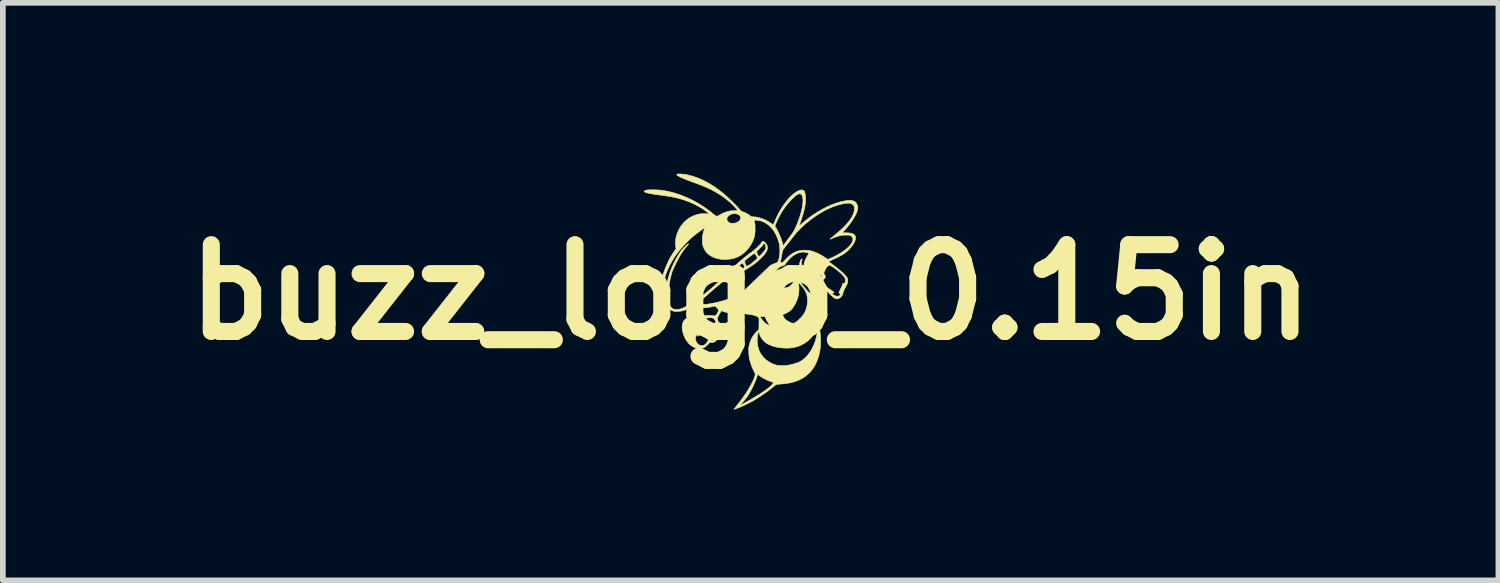
<source format=kicad_pcb>
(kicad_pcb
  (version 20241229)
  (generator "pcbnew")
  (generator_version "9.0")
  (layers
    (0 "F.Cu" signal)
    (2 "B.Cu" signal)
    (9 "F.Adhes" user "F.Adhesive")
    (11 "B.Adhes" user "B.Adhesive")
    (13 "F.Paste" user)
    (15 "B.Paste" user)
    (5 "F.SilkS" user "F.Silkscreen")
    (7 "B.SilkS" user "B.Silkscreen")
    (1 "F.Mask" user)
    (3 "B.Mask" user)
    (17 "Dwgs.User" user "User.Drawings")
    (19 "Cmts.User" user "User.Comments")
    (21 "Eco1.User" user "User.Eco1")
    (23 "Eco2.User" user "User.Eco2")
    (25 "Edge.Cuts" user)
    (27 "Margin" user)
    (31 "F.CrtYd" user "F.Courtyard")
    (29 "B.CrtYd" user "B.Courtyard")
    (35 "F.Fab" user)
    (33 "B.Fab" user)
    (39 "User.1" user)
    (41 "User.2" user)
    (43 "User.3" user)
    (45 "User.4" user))
  (footprint "buzz_logo_0.15in"
    (layer "F.Cu")
    (at 10.131 2.081)
    (property "Reference" "buzz_logo_0.15in" (at 0 0 0) (layer "F.SilkS") (effects (font (size 1.524 1.524) (thickness 0.3))))
    (attr through_hole)
    (fp_poly (pts (xy -1.223 -2.075) (xy -1.195 -2.073) (xy -1.166 -2.07) (xy -1.138 -2.066) (xy -1.117 -2.062) (xy -1.02 -2.038) (xy -0.923 -2.004) (xy -0.827 -1.962) (xy -0.731 -1.91) (xy -0.634 -1.85) (xy -0.538 -1.78) (xy -0.467 -1.723) (xy -0.44 -1.7) (xy -0.409 -1.672) (xy -0.375 -1.64) (xy -0.34 -1.606) (xy -0.305 -1.572) (xy -0.271 -1.538) (xy -0.24 -1.506) (xy -0.214 -1.477) (xy -0.198 -1.459) (xy -0.182 -1.441) (xy -0.17 -1.429) (xy -0.16 -1.421) (xy -0.15 -1.416) (xy -0.139 -1.412) (xy -0.104 -1.399) (xy -0.068 -1.382) (xy -0.034 -1.362) (xy -0.014 -1.347) (xy 0.001 -1.335) (xy 0.012 -1.328) (xy 0.022 -1.325) (xy 0.035 -1.324) (xy 0.044 -1.324) (xy 0.092 -1.32) (xy 0.143 -1.31) (xy 0.197 -1.293) (xy 0.251 -1.272) (xy 0.303 -1.245) (xy 0.351 -1.214) (xy 0.357 -1.21) (xy 0.372 -1.2) (xy 0.385 -1.191) (xy 0.393 -1.185) (xy 0.393 -1.185) (xy 0.398 -1.187) (xy 0.404 -1.197) (xy 0.412 -1.215) (xy 0.42 -1.232) (xy 0.451 -1.305) (xy 0.486 -1.376) (xy 0.524 -1.444) (xy 0.565 -1.509) (xy 0.608 -1.569) (xy 0.651 -1.624) (xy 0.696 -1.672) (xy 0.74 -1.714) (xy 0.784 -1.749) (xy 0.826 -1.775) (xy 0.829 -1.776) (xy 0.859 -1.789) (xy 0.883 -1.795) (xy 0.904 -1.795) (xy 0.923 -1.788) (xy 0.929 -1.784) (xy 0.938 -1.777) (xy 0.945 -1.768) (xy 0.95 -1.756) (xy 0.954 -1.74) (xy 0.958 -1.716) (xy 0.962 -1.688) (xy 0.965 -1.638) (xy 0.963 -1.583) (xy 0.955 -1.52) (xy 0.941 -1.452) (xy 0.921 -1.376) (xy 0.896 -1.294) (xy 0.887 -1.267) (xy 0.877 -1.24) (xy 0.869 -1.215) (xy 0.862 -1.194) (xy 0.857 -1.179) (xy 0.855 -1.172) (xy 0.855 -1.168) (xy 0.859 -1.169) (xy 0.868 -1.176) (xy 0.882 -1.188) (xy 0.891 -1.196) (xy 0.978 -1.269) (xy 1.067 -1.336) (xy 1.157 -1.396) (xy 1.248 -1.451) (xy 1.34 -1.498) (xy 1.431 -1.538) (xy 1.52 -1.57) (xy 1.608 -1.594) (xy 1.693 -1.61) (xy 1.697 -1.61) (xy 1.74 -1.613) (xy 1.779 -1.609) (xy 1.812 -1.599) (xy 1.838 -1.582) (xy 1.854 -1.566) (xy 1.867 -1.542) (xy 1.877 -1.514) (xy 1.881 -1.485) (xy 1.881 -1.48) (xy 1.878 -1.45) (xy 1.868 -1.415) (xy 1.851 -1.375) (xy 1.829 -1.331) (xy 1.801 -1.285) (xy 1.769 -1.236) (xy 1.733 -1.187) (xy 1.693 -1.137) (xy 1.649 -1.087) (xy 1.647 -1.085) (xy 1.609 -1.043) (xy 1.673 -1.043) (xy 1.721 -1.041) (xy 1.76 -1.036) (xy 1.791 -1.028) (xy 1.815 -1.015) (xy 1.831 -0.999) (xy 1.84 -0.978) (xy 1.843 -0.953) (xy 1.839 -0.923) (xy 1.827 -0.89) (xy 1.809 -0.854) (xy 1.785 -0.817) (xy 1.756 -0.781) (xy 1.723 -0.745) (xy 1.687 -0.712) (xy 1.648 -0.682) (xy 1.637 -0.675) (xy 1.607 -0.656) (xy 1.574 -0.637) (xy 1.538 -0.618) (xy 1.496 -0.597) (xy 1.447 -0.575) (xy 1.444 -0.574) (xy 1.372 -0.541) (xy 1.382 -0.529) (xy 1.389 -0.523) (xy 1.402 -0.513) (xy 1.421 -0.498) (xy 1.443 -0.481) (xy 1.469 -0.462) (xy 1.486 -0.449) (xy 1.529 -0.416) (xy 1.569 -0.383) (xy 1.605 -0.351) (xy 1.637 -0.321) (xy 1.663 -0.294) (xy 1.683 -0.271) (xy 1.693 -0.256) (xy 1.7 -0.243) (xy 1.703 -0.232) (xy 1.705 -0.219) (xy 1.705 -0.201) (xy 1.704 -0.196) (xy 1.703 -0.177) (xy 1.7 -0.162) (xy 1.695 -0.147) (xy 1.687 -0.129) (xy 1.681 -0.119) (xy 1.664 -0.086) (xy 1.651 -0.06) (xy 1.641 -0.04) (xy 1.634 -0.024) (xy 1.629 -0.01) (xy 1.624 0.003) (xy 1.621 0.016) (xy 1.621 0.018) (xy 1.609 0.052) (xy 1.591 0.078) (xy 1.566 0.099) (xy 1.55 0.107) (xy 1.528 0.116) (xy 1.509 0.117) (xy 1.489 0.112) (xy 1.466 0.099) (xy 1.459 0.093) (xy 1.438 0.077) (xy 1.418 0.059) (xy 1.398 0.039) (xy 1.375 0.014) (xy 1.348 -0.016) (xy 1.347 -0.017) (xy 1.33 -0.036) (xy 1.317 -0.05) (xy 1.306 -0.06) (xy 1.296 -0.066) (xy 1.284 -0.072) (xy 1.271 -0.077) (xy 1.239 -0.091) (xy 1.213 -0.107) (xy 1.193 -0.125) (xy 1.181 -0.143) (xy 1.179 -0.149) (xy 1.21 -0.149) (xy 1.214 -0.131) (xy 1.224 -0.119) (xy 1.234 -0.11) (xy 1.245 -0.106) (xy 1.261 -0.105) (xy 1.262 -0.105) (xy 1.277 -0.105) (xy 1.285 -0.108) (xy 1.289 -0.114) (xy 1.29 -0.115) (xy 1.292 -0.118) (xy 1.295 -0.119) (xy 1.302 -0.117) (xy 1.312 -0.11) (xy 1.327 -0.098) (xy 1.339 -0.09) (xy 1.37 -0.065) (xy 1.397 -0.046) (xy 1.42 -0.03) (xy 1.442 -0.015) (xy 1.447 -0.012) (xy 1.459 -0.004) (xy 1.464 0.001) (xy 1.463 0.005) (xy 1.459 0.01) (xy 1.451 0.016) (xy 1.441 0.018) (xy 1.431 0.017) (xy 1.412 0.014) (xy 1.431 0.031) (xy 1.454 0.048) (xy 1.478 0.061) (xy 1.502 0.069) (xy 1.517 0.071) (xy 1.534 0.069) (xy 1.552 0.064) (xy 1.556 0.062) (xy 1.568 0.055) (xy 1.575 0.049) (xy 1.576 0.047) (xy 1.574 0.032) (xy 1.568 0.022) (xy 1.562 0.019) (xy 1.553 0.016) (xy 1.55 0.014) (xy 1.551 0.008) (xy 1.555 -0.005) (xy 1.563 -0.023) (xy 1.573 -0.044) (xy 1.578 -0.054) (xy 1.59 -0.078) (xy 1.601 -0.102) (xy 1.609 -0.122) (xy 1.614 -0.137) (xy 1.615 -0.14) (xy 1.619 -0.153) (xy 1.622 -0.159) (xy 1.625 -0.158) (xy 1.627 -0.154) (xy 1.636 -0.149) (xy 1.645 -0.152) (xy 1.655 -0.165) (xy 1.659 -0.172) (xy 1.666 -0.196) (xy 1.665 -0.223) (xy 1.657 -0.248) (xy 1.655 -0.251) (xy 1.638 -0.277) (xy 1.612 -0.305) (xy 1.58 -0.337) (xy 1.541 -0.37) (xy 1.497 -0.405) (xy 1.447 -0.44) (xy 1.418 -0.459) (xy 1.403 -0.469) (xy 1.394 -0.474) (xy 1.386 -0.474) (xy 1.378 -0.472) (xy 1.377 -0.472) (xy 1.357 -0.459) (xy 1.337 -0.44) (xy 1.319 -0.414) (xy 1.307 -0.391) (xy 1.295 -0.364) (xy 1.288 -0.343) (xy 1.287 -0.327) (xy 1.29 -0.315) (xy 1.297 -0.307) (xy 1.309 -0.292) (xy 1.313 -0.276) (xy 1.309 -0.259) (xy 1.297 -0.241) (xy 1.275 -0.22) (xy 1.259 -0.206) (xy 1.242 -0.193) (xy 1.228 -0.18) (xy 1.218 -0.171) (xy 1.214 -0.167) (xy 1.21 -0.149) (xy 1.179 -0.149) (xy 1.177 -0.16) (xy 1.181 -0.177) (xy 1.192 -0.198) (xy 1.21 -0.223) (xy 1.226 -0.242) (xy 1.243 -0.262) (xy 1.253 -0.277) (xy 1.257 -0.287) (xy 1.254 -0.294) (xy 1.244 -0.297) (xy 1.236 -0.298) (xy 1.219 -0.298) (xy 1.196 -0.299) (xy 1.169 -0.299) (xy 1.138 -0.299) (xy 1.105 -0.299) (xy 1.072 -0.299) (xy 1.04 -0.299) (xy 1.011 -0.299) (xy 0.987 -0.298) (xy 0.968 -0.298) (xy 0.957 -0.297) (xy 0.956 -0.297) (xy 0.947 -0.293) (xy 0.943 -0.289) (xy 0.94 -0.283) (xy 0.933 -0.271) (xy 0.922 -0.255) (xy 0.91 -0.239) (xy 0.896 -0.221) (xy 0.886 -0.205) (xy 0.879 -0.193) (xy 0.876 -0.187) (xy 0.879 -0.177) (xy 0.887 -0.162) (xy 0.898 -0.144) (xy 0.911 -0.125) (xy 0.919 -0.114) (xy 0.944 -0.084) (xy 0.968 -0.055) (xy 0.99 -0.03) (xy 1.01 -0.01) (xy 1.026 0.005) (xy 1.031 0.009) (xy 1.054 0.028) (xy 1.08 0.051) (xy 1.105 0.078) (xy 1.128 0.104) (xy 1.139 0.119) (xy 1.173 0.173) (xy 1.198 0.23) (xy 1.215 0.29) (xy 1.224 0.354) (xy 1.225 0.422) (xy 1.218 0.494) (xy 1.209 0.542) (xy 1.199 0.592) (xy 1.209 0.64) (xy 1.218 0.696) (xy 1.224 0.758) (xy 1.228 0.822) (xy 1.228 0.886) (xy 1.225 0.947) (xy 1.22 1.002) (xy 1.217 1.019) (xy 1.199 1.106) (xy 1.174 1.185) (xy 1.144 1.257) (xy 1.107 1.323) (xy 1.063 1.382) (xy 1.029 1.419) (xy 0.973 1.468) (xy 0.912 1.51) (xy 0.844 1.545) (xy 0.77 1.572) (xy 0.689 1.593) (xy 0.603 1.606) (xy 0.557 1.61) (xy 0.523 1.613) (xy 0.497 1.615) (xy 0.477 1.617) (xy 0.462 1.62) (xy 0.45 1.623) (xy 0.44 1.628) (xy 0.429 1.635) (xy 0.418 1.645) (xy 0.406 1.654) (xy 0.344 1.704) (xy 0.276 1.755) (xy 0.206 1.804) (xy 0.136 1.85) (xy 0.069 1.891) (xy 0.04 1.908) (xy -0.004 1.932) (xy -0.052 1.957) (xy -0.1 1.98) (xy -0.148 2.002) (xy -0.192 2.021) (xy -0.233 2.037) (xy -0.267 2.049) (xy -0.271 2.05) (xy -0.285 2.054) (xy -0.292 2.055) (xy -0.293 2.053) (xy -0.29 2.049) (xy -0.284 2.042) (xy -0.274 2.03) (xy -0.261 2.014) (xy -0.248 1.998) (xy -0.247 1.997) (xy -0.202 1.997) (xy -0.164 1.977) (xy -0.146 1.967) (xy -0.123 1.954) (xy -0.096 1.939) (xy -0.069 1.924) (xy -0.057 1.918) (xy 0.014 1.878) (xy 0.081 1.838) (xy 0.143 1.8) (xy 0.199 1.764) (xy 0.249 1.73) (xy 0.293 1.698) (xy 0.329 1.669) (xy 0.358 1.643) (xy 0.379 1.621) (xy 0.386 1.612) (xy 0.394 1.6) (xy 0.399 1.59) (xy 0.4 1.587) (xy 0.396 1.584) (xy 0.384 1.579) (xy 0.368 1.573) (xy 0.358 1.57) (xy 0.317 1.555) (xy 0.274 1.536) (xy 0.232 1.515) (xy 0.193 1.492) (xy 0.16 1.469) (xy 0.144 1.456) (xy 0.126 1.439) (xy 0.115 1.473) (xy 0.102 1.51) (xy 0.086 1.552) (xy 0.067 1.596) (xy 0.048 1.64) (xy 0.028 1.681) (xy 0.026 1.686) (xy -0.01 1.753) (xy -0.046 1.813) (xy -0.085 1.866) (xy -0.126 1.916) (xy -0.157 1.95) (xy -0.202 1.997) (xy -0.247 1.997) (xy -0.204 1.944) (xy -0.162 1.888) (xy -0.121 1.831) (xy -0.082 1.773) (xy -0.046 1.717) (xy -0.013 1.662) (xy 0.016 1.609) (xy 0.04 1.561) (xy 0.059 1.517) (xy 0.073 1.478) (xy 0.075 1.47) (xy 0.083 1.439) (xy 0.054 1.378) (xy 0.033 1.333) (xy 0.014 1.285) (xy -0.002 1.236) (xy -0.016 1.19) (xy -0.021 1.167) (xy -0.025 1.148) (xy -0.027 1.123) (xy -0.03 1.093) (xy -0.032 1.062) (xy -0.032 1.055) (xy -0.033 1.023) (xy -0.033 0.998) (xy -0.032 0.978) (xy -0.03 0.959) (xy -0.026 0.94) (xy -0.025 0.933) (xy -0.008 0.872) (xy 0.009 0.831) (xy 0.115 0.831) (xy 0.117 0.897) (xy 0.128 0.959) (xy 0.147 1.019) (xy 0.16 1.05) (xy 0.191 1.101) (xy 0.229 1.148) (xy 0.274 1.19) (xy 0.324 1.225) (xy 0.378 1.254) (xy 0.436 1.276) (xy 0.464 1.283) (xy 0.492 1.287) (xy 0.526 1.289) (xy 0.562 1.29) (xy 0.6 1.289) (xy 0.634 1.287) (xy 0.658 1.283) (xy 0.687 1.277) (xy 0.72 1.269) (xy 0.755 1.26) (xy 0.787 1.251) (xy 0.814 1.242) (xy 0.825 1.239) (xy 0.875 1.215) (xy 0.924 1.182) (xy 0.97 1.141) (xy 1.013 1.092) (xy 1.052 1.037) (xy 1.087 0.975) (xy 1.118 0.908) (xy 1.13 0.873) (xy 1.139 0.846) (xy 1.147 0.816) (xy 1.155 0.784) (xy 1.162 0.752) (xy 1.168 0.72) (xy 1.173 0.691) (xy 1.176 0.666) (xy 1.177 0.646) (xy 1.177 0.631) (xy 1.174 0.624) (xy 1.173 0.624) (xy 1.169 0.628) (xy 1.163 0.639) (xy 1.156 0.654) (xy 1.155 0.656) (xy 1.139 0.687) (xy 1.118 0.722) (xy 1.093 0.758) (xy 1.068 0.791) (xy 1.043 0.818) (xy 1.042 0.82) (xy 0.991 0.866) (xy 0.936 0.903) (xy 0.877 0.933) (xy 0.833 0.95) (xy 0.787 0.964) (xy 0.742 0.973) (xy 0.697 0.979) (xy 0.647 0.982) (xy 0.629 0.982) (xy 0.546 0.978) (xy 0.469 0.967) (xy 0.397 0.949) (xy 0.331 0.924) (xy 0.319 0.919) (xy 0.295 0.906) (xy 0.276 0.894) (xy 0.259 0.881) (xy 0.24 0.865) (xy 0.231 0.856) (xy 0.197 0.816) (xy 0.171 0.774) (xy 0.155 0.73) (xy 0.153 0.724) (xy 0.149 0.707) (xy 0.146 0.692) (xy 0.145 0.688) (xy 0.143 0.68) (xy 0.141 0.679) (xy 0.139 0.685) (xy 0.135 0.698) (xy 0.121 0.765) (xy 0.115 0.831) (xy 0.009 0.831) (xy 0.015 0.816) (xy 0.046 0.764) (xy 0.084 0.716) (xy 0.1 0.7) (xy 0.145 0.655) (xy 0.147 0.556) (xy 0.147 0.52) (xy 0.148 0.493) (xy 0.147 0.472) (xy 0.145 0.457) (xy 0.141 0.446) (xy 0.135 0.438) (xy 0.126 0.431) (xy 0.116 0.426) (xy 0.163 0.426) (xy 0.165 0.43) (xy 0.171 0.44) (xy 0.18 0.454) (xy 0.184 0.46) (xy 0.22 0.508) (xy 0.263 0.548) (xy 0.311 0.581) (xy 0.364 0.606) (xy 0.423 0.622) (xy 0.433 0.624) (xy 0.458 0.627) (xy 0.49 0.627) (xy 0.525 0.625) (xy 0.561 0.622) (xy 0.594 0.616) (xy 0.611 0.612) (xy 0.653 0.599) (xy 0.698 0.581) (xy 0.742 0.559) (xy 0.782 0.535) (xy 0.803 0.521) (xy 0.827 0.501) (xy 0.854 0.476) (xy 0.88 0.45) (xy 0.904 0.423) (xy 0.924 0.398) (xy 0.938 0.379) (xy 0.962 0.332) (xy 0.98 0.279) (xy 0.993 0.224) (xy 1 0.169) (xy 1 0.149) (xy 0.996 0.091) (xy 0.985 0.038) (xy 0.965 -0.013) (xy 0.936 -0.061) (xy 0.899 -0.108) (xy 0.879 -0.129) (xy 0.864 -0.144) (xy 0.851 -0.156) (xy 0.842 -0.163) (xy 0.839 -0.165) (xy 0.839 -0.159) (xy 0.841 -0.148) (xy 0.843 -0.135) (xy 0.847 -0.109) (xy 0.849 -0.077) (xy 0.849 -0.042) (xy 0.847 -0.006) (xy 0.844 0.027) (xy 0.841 0.045) (xy 0.83 0.088) (xy 0.815 0.133) (xy 0.796 0.178) (xy 0.775 0.221) (xy 0.751 0.259) (xy 0.727 0.292) (xy 0.703 0.317) (xy 0.698 0.321) (xy 0.668 0.343) (xy 0.631 0.364) (xy 0.592 0.383) (xy 0.56 0.395) (xy 0.507 0.409) (xy 0.447 0.421) (xy 0.383 0.428) (xy 0.318 0.432) (xy 0.253 0.431) (xy 0.221 0.43) (xy 0.199 0.428) (xy 0.181 0.427) (xy 0.168 0.426) (xy 0.163 0.426) (xy 0.163 0.426) (xy 0.116 0.426) (xy 0.115 0.425) (xy 0.109 0.423) (xy 0.093 0.416) (xy 0.076 0.41) (xy 0.056 0.404) (xy 0.033 0.399) (xy 0.005 0.394) (xy -0.029 0.389) (xy -0.069 0.383) (xy -0.118 0.377) (xy -0.141 0.374) (xy -0.165 0.371) (xy -0.196 0.369) (xy -0.232 0.366) (xy -0.269 0.364) (xy -0.305 0.362) (xy -0.31 0.362) (xy -0.353 0.36) (xy -0.389 0.357) (xy -0.417 0.354) (xy -0.441 0.35) (xy -0.46 0.346) (xy -0.478 0.339) (xy -0.492 0.333) (xy -0.503 0.327) (xy -0.51 0.325) (xy -0.511 0.325) (xy -0.514 0.329) (xy -0.521 0.34) (xy -0.53 0.354) (xy -0.534 0.36) (xy -0.556 0.395) (xy -0.571 0.424) (xy -0.581 0.449) (xy -0.584 0.47) (xy -0.581 0.49) (xy -0.572 0.51) (xy -0.557 0.53) (xy -0.542 0.546) (xy -0.52 0.571) (xy -0.505 0.593) (xy -0.497 0.612) (xy -0.496 0.631) (xy -0.5 0.65) (xy -0.502 0.655) (xy -0.512 0.669) (xy -0.528 0.681) (xy -0.553 0.691) (xy -0.574 0.697) (xy -0.59 0.702) (xy -0.603 0.708) (xy -0.609 0.712) (xy -0.613 0.717) (xy -0.613 0.723) (xy -0.61 0.733) (xy -0.604 0.744) (xy -0.593 0.768) (xy -0.588 0.789) (xy -0.588 0.808) (xy -0.591 0.821) (xy -0.601 0.844) (xy -0.619 0.863) (xy -0.642 0.877) (xy -0.668 0.884) (xy -0.694 0.884) (xy -0.714 0.881) (xy -0.753 0.92) (xy -0.783 0.947) (xy -0.809 0.967) (xy -0.835 0.98) (xy -0.862 0.987) (xy -0.883 0.99) (xy -0.929 0.988) (xy -0.974 0.977) (xy -1.017 0.956) (xy -1.055 0.93) (xy -1.092 0.894) (xy -1.125 0.851) (xy -1.145 0.817) (xy -0.969 0.817) (xy -0.965 0.845) (xy -0.951 0.878) (xy -0.932 0.905) (xy -0.909 0.924) (xy -0.882 0.935) (xy -0.852 0.937) (xy -0.827 0.933) (xy -0.803 0.922) (xy -0.782 0.902) (xy -0.763 0.876) (xy -0.749 0.843) (xy -0.742 0.82) (xy -0.739 0.806) (xy -0.735 0.799) (xy -0.73 0.797) (xy -0.722 0.798) (xy -0.704 0.804) (xy -0.687 0.813) (xy -0.675 0.824) (xy -0.675 0.825) (xy -0.672 0.833) (xy -0.678 0.84) (xy -0.679 0.84) (xy -0.685 0.845) (xy -0.683 0.847) (xy -0.673 0.848) (xy -0.662 0.846) (xy -0.651 0.838) (xy -0.641 0.829) (xy -0.628 0.812) (xy -0.622 0.797) (xy -0.621 0.78) (xy -0.624 0.765) (xy -0.632 0.738) (xy -0.642 0.719) (xy -0.652 0.709) (xy -0.657 0.705) (xy -0.657 0.7) (xy -0.652 0.693) (xy -0.645 0.685) (xy -0.635 0.672) (xy -0.63 0.66) (xy -0.629 0.645) (xy -0.629 0.643) (xy -0.63 0.622) (xy -0.635 0.609) (xy -0.638 0.607) (xy -0.589 0.607) (xy -0.587 0.624) (xy -0.584 0.642) (xy -0.58 0.657) (xy -0.574 0.668) (xy -0.569 0.672) (xy -0.562 0.669) (xy -0.552 0.661) (xy -0.548 0.658) (xy -0.536 0.643) (xy -0.533 0.629) (xy -0.539 0.615) (xy -0.553 0.599) (xy -0.557 0.596) (xy -0.57 0.585) (xy -0.578 0.581) (xy -0.583 0.581) (xy -0.586 0.583) (xy -0.589 0.592) (xy -0.589 0.607) (xy -0.638 0.607) (xy -0.645 0.6) (xy -0.663 0.593) (xy -0.663 0.593) (xy -0.697 0.581) (xy -0.722 0.57) (xy -0.738 0.559) (xy -0.747 0.548) (xy -0.748 0.542) (xy -0.745 0.535) (xy -0.736 0.534) (xy -0.72 0.539) (xy -0.708 0.545) (xy -0.687 0.553) (xy -0.666 0.557) (xy -0.647 0.557) (xy -0.632 0.553) (xy -0.628 0.549) (xy -0.619 0.533) (xy -0.616 0.514) (xy -0.621 0.497) (xy -0.633 0.479) (xy -0.65 0.463) (xy -0.668 0.453) (xy -0.668 0.453) (xy -0.688 0.449) (xy -0.716 0.448) (xy -0.75 0.451) (xy -0.791 0.457) (xy -0.817 0.462) (xy -0.85 0.469) (xy -0.875 0.475) (xy -0.893 0.481) (xy -0.905 0.487) (xy -0.914 0.494) (xy -0.92 0.503) (xy -0.922 0.506) (xy -0.926 0.516) (xy -0.926 0.528) (xy -0.924 0.543) (xy -0.917 0.563) (xy -0.907 0.59) (xy -0.899 0.606) (xy -0.89 0.628) (xy -0.884 0.645) (xy -0.881 0.661) (xy -0.879 0.677) (xy -0.879 0.684) (xy -0.88 0.704) (xy -0.882 0.718) (xy -0.888 0.732) (xy -0.892 0.739) (xy -0.904 0.757) (xy -0.916 0.768) (xy -0.926 0.772) (xy -0.928 0.767) (xy -0.929 0.757) (xy -0.929 0.752) (xy -0.929 0.732) (xy -0.939 0.741) (xy -0.955 0.762) (xy -0.966 0.788) (xy -0.969 0.817) (xy -1.145 0.817) (xy -1.154 0.802) (xy -1.176 0.749) (xy -1.193 0.692) (xy -1.202 0.636) (xy -1.203 0.61) (xy -1.2 0.58) (xy -1.194 0.55) (xy -1.186 0.525) (xy -1.182 0.515) (xy -1.169 0.497) (xy -1.154 0.481) (xy -1.091 0.481) (xy -1.087 0.482) (xy -1.076 0.48) (xy -1.061 0.475) (xy -1.039 0.47) (xy -1.016 0.466) (xy -1.003 0.465) (xy -0.984 0.466) (xy -0.967 0.469) (xy -0.958 0.471) (xy -0.947 0.475) (xy -0.94 0.474) (xy -0.935 0.47) (xy -0.922 0.461) (xy -0.902 0.451) (xy -0.878 0.44) (xy -0.851 0.429) (xy -0.825 0.42) (xy -0.808 0.415) (xy -0.795 0.411) (xy -0.782 0.409) (xy -0.767 0.408) (xy -0.749 0.408) (xy -0.724 0.409) (xy -0.714 0.41) (xy -0.689 0.411) (xy -0.667 0.413) (xy -0.65 0.414) (xy -0.639 0.416) (xy -0.637 0.416) (xy -0.63 0.416) (xy -0.619 0.41) (xy -0.608 0.4) (xy -0.589 0.379) (xy -0.576 0.356) (xy -0.567 0.329) (xy -0.565 0.318) (xy -0.566 0.309) (xy -0.57 0.301) (xy -0.58 0.289) (xy -0.583 0.285) (xy -0.595 0.27) (xy -0.608 0.258) (xy -0.616 0.251) (xy -0.624 0.245) (xy -0.632 0.243) (xy -0.644 0.245) (xy -0.651 0.247) (xy -0.683 0.256) (xy -0.714 0.262) (xy -0.748 0.267) (xy -0.787 0.271) (xy -0.796 0.272) (xy -0.861 0.278) (xy -0.87 0.297) (xy -0.875 0.307) (xy -0.884 0.319) (xy -0.896 0.335) (xy -0.913 0.355) (xy -0.936 0.38) (xy -0.949 0.395) (xy -0.958 0.403) (xy -0.969 0.411) (xy -0.984 0.419) (xy -1.004 0.429) (xy -1.031 0.441) (xy -1.043 0.446) (xy -1.059 0.454) (xy -1.073 0.463) (xy -1.085 0.472) (xy -1.09 0.48) (xy -1.091 0.481) (xy -1.154 0.481) (xy -1.151 0.478) (xy -1.126 0.459) (xy -1.093 0.438) (xy -1.058 0.42) (xy -1.019 0.398) (xy -0.988 0.379) (xy -0.964 0.36) (xy -0.946 0.342) (xy -0.933 0.323) (xy -0.931 0.318) (xy -0.924 0.304) (xy -0.921 0.296) (xy -0.923 0.289) (xy -0.926 0.283) (xy -0.931 0.276) (xy -0.936 0.272) (xy -0.943 0.268) (xy -0.954 0.266) (xy -0.972 0.263) (xy -0.989 0.26) (xy -1.031 0.254) (xy -1.067 0.274) (xy -1.116 0.299) (xy -1.164 0.318) (xy -1.193 0.326) (xy -1.218 0.331) (xy -1.248 0.335) (xy -1.28 0.337) (xy -1.311 0.337) (xy -1.337 0.336) (xy -1.349 0.334) (xy -1.391 0.32) (xy -1.431 0.298) (xy -1.467 0.268) (xy -1.5 0.231) (xy -1.528 0.188) (xy -1.551 0.14) (xy -1.569 0.087) (xy -1.574 0.062) (xy -1.579 0.031) (xy -1.581 -0.007) (xy -1.581 -0.036) (xy -1.536 -0.036) (xy -1.535 -0.001) (xy -1.535 0.025) (xy -1.534 0.046) (xy -1.532 0.062) (xy -1.53 0.077) (xy -1.527 0.091) (xy -1.525 0.097) (xy -1.514 0.13) (xy -1.501 0.162) (xy -1.485 0.192) (xy -1.47 0.215) (xy -1.464 0.222) (xy -1.448 0.241) (xy -1.456 0.221) (xy -1.474 0.164) (xy -1.485 0.101) (xy -1.489 0.032) (xy -1.486 -0.043) (xy -1.475 -0.124) (xy -1.457 -0.21) (xy -1.431 -0.303) (xy -1.416 -0.35) (xy -1.397 -0.401) (xy -1.373 -0.457) (xy -1.346 -0.515) (xy -1.317 -0.572) (xy -1.286 -0.627) (xy -1.256 -0.676) (xy -1.228 -0.717) (xy -1.214 -0.735) (xy -1.197 -0.754) (xy -1.178 -0.775) (xy -1.158 -0.795) (xy -1.139 -0.814) (xy -1.122 -0.83) (xy -1.108 -0.842) (xy -1.098 -0.849) (xy -1.093 -0.85) (xy -1.091 -0.847) (xy -1.094 -0.841) (xy -1.101 -0.83) (xy -1.115 -0.814) (xy -1.12 -0.808) (xy -1.152 -0.77) (xy -1.181 -0.732) (xy -1.209 -0.691) (xy -1.238 -0.645) (xy -1.254 -0.618) (xy -1.271 -0.585) (xy -1.29 -0.55) (xy -1.309 -0.513) (xy -1.327 -0.476) (xy -1.344 -0.44) (xy -1.358 -0.409) (xy -1.37 -0.382) (xy -1.378 -0.361) (xy -1.378 -0.36) (xy -1.398 -0.292) (xy -1.415 -0.221) (xy -1.428 -0.147) (xy -1.439 -0.075) (xy -1.445 -0.005) (xy -1.448 0.059) (xy -1.448 0.06) (xy -1.445 0.119) (xy -1.439 0.169) (xy -1.427 0.212) (xy -1.411 0.246) (xy -1.391 0.273) (xy -1.365 0.291) (xy -1.335 0.302) (xy -1.3 0.304) (xy -1.259 0.3) (xy -1.242 0.296) (xy -1.219 0.289) (xy -1.196 0.281) (xy -1.172 0.271) (xy -1.146 0.258) (xy -1.117 0.242) (xy -1.084 0.222) (xy -1.046 0.199) (xy -1.003 0.171) (xy -0.953 0.137) (xy -0.944 0.131) (xy -0.884 0.089) (xy -0.818 0.039) (xy -0.747 -0.018) (xy -0.671 -0.083) (xy -0.589 -0.155) (xy -0.585 -0.158) (xy -0.545 -0.194) (xy -0.507 -0.229) (xy -0.47 -0.263) (xy -0.436 -0.295) (xy -0.434 -0.297) (xy -0.381 -0.297) (xy -0.38 -0.295) (xy -0.38 -0.295) (xy -0.375 -0.297) (xy -0.364 -0.3) (xy -0.357 -0.302) (xy -0.334 -0.31) (xy -0.317 -0.318) (xy -0.307 -0.326) (xy -0.305 -0.33) (xy -0.307 -0.339) (xy -0.311 -0.345) (xy -0.315 -0.349) (xy -0.319 -0.35) (xy -0.326 -0.347) (xy -0.336 -0.339) (xy -0.35 -0.327) (xy -0.366 -0.312) (xy -0.376 -0.302) (xy -0.381 -0.297) (xy -0.434 -0.297) (xy -0.406 -0.324) (xy -0.381 -0.35) (xy -0.36 -0.371) (xy -0.358 -0.373) (xy -0.293 -0.373) (xy -0.288 -0.364) (xy -0.283 -0.357) (xy -0.275 -0.346) (xy -0.269 -0.342) (xy -0.262 -0.343) (xy -0.26 -0.344) (xy -0.253 -0.348) (xy -0.239 -0.356) (xy -0.22 -0.366) (xy -0.197 -0.379) (xy -0.183 -0.387) (xy -0.16 -0.4) (xy -0.14 -0.412) (xy -0.124 -0.422) (xy -0.113 -0.429) (xy -0.111 -0.431) (xy -0.108 -0.439) (xy -0.11 -0.453) (xy -0.117 -0.47) (xy -0.127 -0.489) (xy -0.132 -0.496) (xy -0.144 -0.514) (xy -0.168 -0.495) (xy -0.19 -0.478) (xy -0.212 -0.459) (xy -0.234 -0.44) (xy -0.254 -0.422) (xy -0.271 -0.406) (xy -0.283 -0.394) (xy -0.288 -0.387) (xy -0.293 -0.38) (xy -0.293 -0.373) (xy -0.358 -0.373) (xy -0.346 -0.387) (xy -0.343 -0.391) (xy -0.331 -0.404) (xy -0.315 -0.423) (xy -0.296 -0.442) (xy -0.279 -0.46) (xy -0.258 -0.479) (xy -0.232 -0.503) (xy -0.201 -0.53) (xy -0.19 -0.539) (xy -0.106 -0.539) (xy -0.104 -0.527) (xy -0.1 -0.512) (xy -0.092 -0.493) (xy -0.092 -0.492) (xy -0.084 -0.472) (xy -0.076 -0.461) (xy -0.066 -0.457) (xy -0.054 -0.459) (xy -0.041 -0.465) (xy -0.027 -0.473) (xy -0.009 -0.486) (xy 0.011 -0.501) (xy 0.033 -0.519) (xy 0.055 -0.537) (xy 0.076 -0.555) (xy 0.094 -0.571) (xy 0.108 -0.585) (xy 0.117 -0.595) (xy 0.119 -0.6) (xy 0.116 -0.612) (xy 0.109 -0.628) (xy 0.099 -0.645) (xy 0.089 -0.66) (xy 0.08 -0.669) (xy 0.066 -0.681) (xy 0.047 -0.671) (xy 0.037 -0.664) (xy 0.021 -0.653) (xy 0.001 -0.638) (xy -0.021 -0.621) (xy -0.04 -0.607) (xy -0.065 -0.587) (xy -0.083 -0.572) (xy -0.096 -0.56) (xy -0.103 -0.549) (xy -0.106 -0.539) (xy -0.19 -0.539) (xy -0.167 -0.559) (xy -0.131 -0.588) (xy -0.095 -0.618) (xy -0.061 -0.645) (xy -0.029 -0.67) (xy -0.002 -0.69) (xy 0.015 -0.702) (xy 0.026 -0.71) (xy 0.105 -0.71) (xy 0.106 -0.704) (xy 0.111 -0.691) (xy 0.117 -0.675) (xy 0.125 -0.659) (xy 0.132 -0.643) (xy 0.138 -0.631) (xy 0.142 -0.624) (xy 0.142 -0.624) (xy 0.146 -0.627) (xy 0.156 -0.633) (xy 0.16 -0.637) (xy 0.174 -0.649) (xy 0.19 -0.665) (xy 0.208 -0.685) (xy 0.225 -0.706) (xy 0.241 -0.726) (xy 0.254 -0.744) (xy 0.262 -0.758) (xy 0.265 -0.764) (xy 0.267 -0.785) (xy 0.265 -0.807) (xy 0.261 -0.826) (xy 0.255 -0.838) (xy 0.254 -0.839) (xy 0.242 -0.85) (xy 0.233 -0.854) (xy 0.226 -0.849) (xy 0.218 -0.835) (xy 0.217 -0.835) (xy 0.206 -0.818) (xy 0.188 -0.797) (xy 0.163 -0.772) (xy 0.155 -0.765) (xy 0.137 -0.748) (xy 0.122 -0.732) (xy 0.111 -0.72) (xy 0.105 -0.712) (xy 0.105 -0.71) (xy 0.026 -0.71) (xy 0.038 -0.719) (xy 0.063 -0.739) (xy 0.089 -0.762) (xy 0.115 -0.785) (xy 0.139 -0.809) (xy 0.161 -0.831) (xy 0.177 -0.85) (xy 0.189 -0.865) (xy 0.192 -0.871) (xy 0.199 -0.883) (xy 0.205 -0.892) (xy 0.207 -0.894) (xy 0.219 -0.894) (xy 0.234 -0.887) (xy 0.25 -0.875) (xy 0.266 -0.859) (xy 0.279 -0.841) (xy 0.286 -0.828) (xy 0.294 -0.798) (xy 0.295 -0.768) (xy 0.287 -0.737) (xy 0.27 -0.704) (xy 0.245 -0.668) (xy 0.243 -0.665) (xy 0.19 -0.606) (xy 0.128 -0.547) (xy 0.057 -0.491) (xy -0.023 -0.436) (xy -0.112 -0.382) (xy -0.209 -0.331) (xy -0.268 -0.302) (xy -0.32 -0.278) (xy -0.364 -0.256) (xy -0.402 -0.237) (xy -0.434 -0.219) (xy -0.463 -0.202) (xy -0.488 -0.186) (xy -0.511 -0.168) (xy -0.534 -0.15) (xy -0.544 -0.141) (xy -0.564 -0.124) (xy -0.587 -0.105) (xy -0.609 -0.086) (xy -0.616 -0.081) (xy -0.633 -0.067) (xy -0.654 -0.048) (xy -0.679 -0.027) (xy -0.704 -0.005) (xy -0.723 0.012) (xy -0.767 0.051) (xy -0.804 0.084) (xy -0.837 0.112) (xy -0.865 0.136) (xy -0.889 0.156) (xy -0.911 0.174) (xy -0.916 0.177) (xy -0.933 0.191) (xy -0.943 0.199) (xy -0.948 0.205) (xy -0.948 0.209) (xy -0.945 0.211) (xy -0.935 0.214) (xy -0.918 0.215) (xy -0.895 0.216) (xy -0.868 0.216) (xy -0.838 0.215) (xy -0.808 0.214) (xy -0.779 0.212) (xy -0.752 0.209) (xy -0.743 0.208) (xy -0.656 0.193) (xy -0.571 0.174) (xy -0.49 0.153) (xy -0.413 0.129) (xy -0.341 0.102) (xy -0.275 0.074) (xy -0.216 0.043) (xy -0.165 0.012) (xy -0.131 -0.014) (xy -0.121 -0.023) (xy -0.105 -0.038) (xy -0.083 -0.058) (xy -0.057 -0.083) (xy -0.026 -0.112) (xy 0.007 -0.144) (xy 0.043 -0.178) (xy 0.081 -0.214) (xy 0.119 -0.251) (xy 0.13 -0.262) (xy 0.412 -0.262) (xy 0.413 -0.23) (xy 0.417 -0.205) (xy 0.425 -0.183) (xy 0.438 -0.163) (xy 0.456 -0.143) (xy 0.486 -0.115) (xy 0.521 -0.095) (xy 0.557 -0.082) (xy 0.594 -0.076) (xy 0.63 -0.079) (xy 0.66 -0.088) (xy 0.688 -0.104) (xy 0.715 -0.128) (xy 0.741 -0.157) (xy 0.755 -0.178) (xy 0.766 -0.195) (xy 0.775 -0.205) (xy 0.783 -0.209) (xy 0.785 -0.209) (xy 0.8 -0.212) (xy 0.818 -0.219) (xy 0.834 -0.228) (xy 0.84 -0.232) (xy 0.847 -0.24) (xy 0.857 -0.252) (xy 0.87 -0.268) (xy 0.877 -0.277) (xy 0.893 -0.299) (xy 0.902 -0.316) (xy 0.905 -0.331) (xy 0.902 -0.346) (xy 0.892 -0.364) (xy 0.884 -0.378) (xy 0.873 -0.395) (xy 0.866 -0.41) (xy 0.862 -0.425) (xy 0.86 -0.444) (xy 0.86 -0.447) (xy 0.859 -0.485) (xy 0.864 -0.52) (xy 0.873 -0.551) (xy 0.888 -0.575) (xy 0.89 -0.577) (xy 0.898 -0.585) (xy 0.903 -0.584) (xy 0.905 -0.576) (xy 0.902 -0.563) (xy 0.896 -0.544) (xy 0.896 -0.543) (xy 0.892 -0.533) (xy 0.89 -0.524) (xy 0.89 -0.515) (xy 0.893 -0.502) (xy 0.898 -0.483) (xy 0.898 -0.48) (xy 0.905 -0.457) (xy 0.913 -0.435) (xy 0.92 -0.415) (xy 0.927 -0.401) (xy 0.933 -0.394) (xy 0.933 -0.393) (xy 0.934 -0.397) (xy 0.935 -0.408) (xy 0.936 -0.426) (xy 0.936 -0.445) (xy 0.936 -0.472) (xy 0.938 -0.493) (xy 0.941 -0.511) (xy 0.946 -0.529) (xy 0.947 -0.531) (xy 0.961 -0.567) (xy 0.978 -0.604) (xy 0.997 -0.637) (xy 1.008 -0.655) (xy 1.017 -0.668) (xy 1.021 -0.676) (xy 1.021 -0.68) (xy 1.017 -0.684) (xy 1.006 -0.689) (xy 0.989 -0.694) (xy 0.969 -0.699) (xy 0.948 -0.703) (xy 0.929 -0.705) (xy 0.923 -0.705) (xy 0.888 -0.701) (xy 0.849 -0.692) (xy 0.809 -0.677) (xy 0.793 -0.669) (xy 0.745 -0.641) (xy 0.7 -0.604) (xy 0.658 -0.559) (xy 0.616 -0.505) (xy 0.615 -0.502) (xy 0.603 -0.486) (xy 0.595 -0.476) (xy 0.587 -0.47) (xy 0.577 -0.467) (xy 0.563 -0.464) (xy 0.562 -0.463) (xy 0.531 -0.454) (xy 0.502 -0.437) (xy 0.475 -0.412) (xy 0.453 -0.385) (xy 0.436 -0.362) (xy 0.424 -0.342) (xy 0.417 -0.324) (xy 0.413 -0.303) (xy 0.412 -0.276) (xy 0.412 -0.262) (xy 0.13 -0.262) (xy 0.157 -0.288) (xy 0.193 -0.323) (xy 0.227 -0.356) (xy 0.258 -0.386) (xy 0.286 -0.412) (xy 0.31 -0.434) (xy 0.328 -0.452) (xy 0.341 -0.464) (xy 0.348 -0.47) (xy 0.349 -0.47) (xy 0.36 -0.476) (xy 0.378 -0.485) (xy 0.4 -0.495) (xy 0.42 -0.503) (xy 0.464 -0.519) (xy 0.523 -0.519) (xy 0.544 -0.519) (xy 0.554 -0.52) (xy 0.562 -0.522) (xy 0.57 -0.528) (xy 0.581 -0.538) (xy 0.593 -0.551) (xy 0.641 -0.602) (xy 0.687 -0.643) (xy 0.732 -0.677) (xy 0.777 -0.702) (xy 0.824 -0.721) (xy 0.873 -0.732) (xy 0.924 -0.738) (xy 0.947 -0.738) (xy 1.006 -0.735) (xy 1.065 -0.724) (xy 1.125 -0.705) (xy 1.186 -0.679) (xy 1.25 -0.644) (xy 1.3 -0.612) (xy 1.32 -0.599) (xy 1.338 -0.588) (xy 1.35 -0.58) (xy 1.357 -0.576) (xy 1.358 -0.576) (xy 1.363 -0.578) (xy 1.376 -0.583) (xy 1.394 -0.591) (xy 1.415 -0.601) (xy 1.425 -0.605) (xy 1.489 -0.636) (xy 1.549 -0.669) (xy 1.604 -0.702) (xy 1.652 -0.737) (xy 1.695 -0.771) (xy 1.731 -0.805) (xy 1.759 -0.838) (xy 1.78 -0.87) (xy 1.792 -0.9) (xy 1.796 -0.926) (xy 1.792 -0.952) (xy 1.78 -0.973) (xy 1.761 -0.989) (xy 1.756 -0.992) (xy 1.747 -0.996) (xy 1.738 -0.999) (xy 1.727 -1.001) (xy 1.712 -1.002) (xy 1.69 -1.002) (xy 1.669 -1.002) (xy 1.641 -1.002) (xy 1.618 -1.001) (xy 1.6 -0.999) (xy 1.582 -0.996) (xy 1.562 -0.991) (xy 1.555 -0.989) (xy 1.528 -0.981) (xy 1.497 -0.971) (xy 1.467 -0.96) (xy 1.44 -0.949) (xy 1.417 -0.939) (xy 1.408 -0.935) (xy 1.398 -0.93) (xy 1.394 -0.93) (xy 1.397 -0.934) (xy 1.407 -0.944) (xy 1.424 -0.958) (xy 1.448 -0.978) (xy 1.449 -0.979) (xy 1.52 -1.038) (xy 1.583 -1.094) (xy 1.638 -1.146) (xy 1.685 -1.196) (xy 1.725 -1.242) (xy 1.757 -1.287) (xy 1.783 -1.329) (xy 1.802 -1.37) (xy 1.815 -1.409) (xy 1.818 -1.423) (xy 1.823 -1.46) (xy 1.822 -1.49) (xy 1.815 -1.515) (xy 1.801 -1.534) (xy 1.78 -1.549) (xy 1.773 -1.553) (xy 1.747 -1.561) (xy 1.713 -1.564) (xy 1.672 -1.561) (xy 1.623 -1.553) (xy 1.622 -1.553) (xy 1.527 -1.529) (xy 1.431 -1.495) (xy 1.334 -1.452) (xy 1.238 -1.399) (xy 1.141 -1.338) (xy 1.043 -1.267) (xy 0.979 -1.215) (xy 0.952 -1.192) (xy 0.923 -1.165) (xy 0.893 -1.137) (xy 0.863 -1.108) (xy 0.836 -1.08) (xy 0.811 -1.054) (xy 0.792 -1.032) (xy 0.782 -1.019) (xy 0.772 -1.006) (xy 0.757 -0.988) (xy 0.738 -0.964) (xy 0.717 -0.936) (xy 0.693 -0.906) (xy 0.669 -0.876) (xy 0.66 -0.865) (xy 0.637 -0.836) (xy 0.615 -0.808) (xy 0.596 -0.783) (xy 0.581 -0.761) (xy 0.569 -0.745) (xy 0.563 -0.735) (xy 0.562 -0.732) (xy 0.559 -0.722) (xy 0.555 -0.704) (xy 0.551 -0.681) (xy 0.546 -0.654) (xy 0.541 -0.627) (xy 0.536 -0.599) (xy 0.531 -0.574) (xy 0.528 -0.554) (xy 0.526 -0.542) (xy 0.523 -0.519) (xy 0.464 -0.519) (xy 0.474 -0.523) (xy 0.485 -0.551) (xy 0.498 -0.589) (xy 0.507 -0.629) (xy 0.512 -0.673) (xy 0.513 -0.723) (xy 0.513 -0.745) (xy 0.512 -0.778) (xy 0.51 -0.803) (xy 0.507 -0.825) (xy 0.504 -0.846) (xy 0.498 -0.869) (xy 0.496 -0.876) (xy 0.474 -0.946) (xy 0.446 -1.01) (xy 0.413 -1.069) (xy 0.374 -1.121) (xy 0.337 -1.159) (xy 0.425 -1.159) (xy 0.442 -1.136) (xy 0.457 -1.11) (xy 0.474 -1.078) (xy 0.492 -1.04) (xy 0.51 -0.999) (xy 0.527 -0.958) (xy 0.541 -0.917) (xy 0.554 -0.88) (xy 0.562 -0.848) (xy 0.565 -0.837) (xy 0.568 -0.826) (xy 0.571 -0.82) (xy 0.572 -0.819) (xy 0.576 -0.823) (xy 0.584 -0.833) (xy 0.596 -0.849) (xy 0.612 -0.869) (xy 0.629 -0.893) (xy 0.635 -0.901) (xy 0.655 -0.929) (xy 0.676 -0.956) (xy 0.695 -0.982) (xy 0.711 -1.004) (xy 0.724 -1.02) (xy 0.724 -1.021) (xy 0.748 -1.056) (xy 0.772 -1.099) (xy 0.796 -1.149) (xy 0.82 -1.204) (xy 0.843 -1.264) (xy 0.864 -1.327) (xy 0.883 -1.391) (xy 0.895 -1.437) (xy 0.907 -1.493) (xy 0.915 -1.544) (xy 0.919 -1.591) (xy 0.919 -1.631) (xy 0.914 -1.665) (xy 0.906 -1.692) (xy 0.895 -1.712) (xy 0.879 -1.725) (xy 0.86 -1.729) (xy 0.843 -1.726) (xy 0.825 -1.718) (xy 0.803 -1.704) (xy 0.777 -1.684) (xy 0.764 -1.672) (xy 0.696 -1.605) (xy 0.631 -1.53) (xy 0.572 -1.449) (xy 0.519 -1.363) (xy 0.473 -1.275) (xy 0.444 -1.207) (xy 0.425 -1.159) (xy 0.337 -1.159) (xy 0.33 -1.166) (xy 0.283 -1.203) (xy 0.231 -1.232) (xy 0.2 -1.245) (xy 0.181 -1.251) (xy 0.159 -1.256) (xy 0.136 -1.26) (xy 0.113 -1.264) (xy 0.092 -1.266) (xy 0.076 -1.266) (xy 0.067 -1.264) (xy 0.066 -1.264) (xy 0.065 -1.256) (xy 0.067 -1.24) (xy 0.07 -1.226) (xy 0.073 -1.209) (xy 0.076 -1.189) (xy 0.077 -1.165) (xy 0.078 -1.134) (xy 0.078 -1.11) (xy 0.078 -1.067) (xy 0.075 -1.03) (xy 0.071 -0.998) (xy 0.064 -0.967) (xy 0.053 -0.936) (xy 0.043 -0.909) (xy 0.014 -0.849) (xy -0.024 -0.791) (xy -0.068 -0.738) (xy -0.117 -0.691) (xy -0.17 -0.651) (xy -0.177 -0.647) (xy -0.228 -0.619) (xy -0.286 -0.598) (xy -0.347 -0.584) (xy -0.41 -0.576) (xy -0.474 -0.575) (xy -0.537 -0.581) (xy -0.597 -0.593) (xy -0.652 -0.613) (xy -0.664 -0.619) (xy -0.712 -0.645) (xy -0.751 -0.675) (xy -0.783 -0.709) (xy -0.809 -0.749) (xy -0.817 -0.764) (xy -0.831 -0.796) (xy -0.84 -0.825) (xy -0.846 -0.854) (xy -0.848 -0.888) (xy -0.849 -0.912) (xy -0.847 -0.954) (xy -0.843 -0.993) (xy -0.835 -1.033) (xy -0.823 -1.076) (xy -0.819 -1.088) (xy -0.813 -1.107) (xy -0.809 -1.121) (xy -0.807 -1.13) (xy -0.806 -1.132) (xy -0.811 -1.13) (xy -0.821 -1.123) (xy -0.837 -1.112) (xy -0.857 -1.098) (xy -0.879 -1.082) (xy -0.903 -1.064) (xy -0.927 -1.046) (xy -0.95 -1.028) (xy -0.97 -1.012) (xy -0.979 -1.006) (xy -1.04 -0.954) (xy -1.102 -0.896) (xy -1.163 -0.833) (xy -1.221 -0.769) (xy -1.273 -0.706) (xy -1.298 -0.674) (xy -1.341 -0.612) (xy -1.381 -0.545) (xy -1.419 -0.476) (xy -1.452 -0.406) (xy -1.481 -0.338) (xy -1.503 -0.273) (xy -1.507 -0.257) (xy -1.517 -0.22) (xy -1.524 -0.188) (xy -1.529 -0.161) (xy -1.533 -0.134) (xy -1.535 -0.105) (xy -1.535 -0.071) (xy -1.536 -0.036) (xy -1.581 -0.036) (xy -1.581 -0.05) (xy -1.579 -0.094) (xy -1.575 -0.139) (xy -1.569 -0.181) (xy -1.565 -0.205) (xy -1.548 -0.274) (xy -1.525 -0.347) (xy -1.498 -0.421) (xy -1.467 -0.494) (xy -1.433 -0.566) (xy -1.396 -0.633) (xy -1.359 -0.693) (xy -1.33 -0.735) (xy -1.309 -0.763) (xy -1.314 -0.792) (xy -1.319 -0.83) (xy -1.32 -0.873) (xy -1.318 -0.917) (xy -1.311 -0.958) (xy -1.308 -0.972) (xy -1.286 -1.042) (xy -1.256 -1.107) (xy -1.219 -1.167) (xy -1.176 -1.22) (xy -1.128 -1.266) (xy -1.092 -1.292) (xy -0.417 -1.292) (xy -0.416 -1.27) (xy -0.406 -1.248) (xy -0.388 -1.23) (xy -0.369 -1.218) (xy -0.349 -1.212) (xy -0.323 -1.21) (xy -0.294 -1.211) (xy -0.266 -1.216) (xy -0.241 -1.224) (xy -0.236 -1.226) (xy -0.21 -1.242) (xy -0.191 -1.262) (xy -0.179 -1.283) (xy -0.175 -1.305) (xy -0.179 -1.326) (xy -0.192 -1.346) (xy -0.198 -1.352) (xy -0.223 -1.368) (xy -0.253 -1.377) (xy -0.285 -1.38) (xy -0.318 -1.376) (xy -0.349 -1.366) (xy -0.377 -1.35) (xy -0.391 -1.338) (xy -0.408 -1.316) (xy -0.417 -1.292) (xy -1.092 -1.292) (xy -1.074 -1.306) (xy -1.014 -1.337) (xy -0.951 -1.361) (xy -0.907 -1.372) (xy -0.889 -1.375) (xy -0.865 -1.377) (xy -0.837 -1.378) (xy -0.808 -1.378) (xy -0.78 -1.378) (xy -0.757 -1.377) (xy -0.741 -1.375) (xy -0.729 -1.373) (xy -0.725 -1.373) (xy -0.728 -1.377) (xy -0.729 -1.379) (xy -0.738 -1.387) (xy -0.753 -1.4) (xy -0.773 -1.415) (xy -0.796 -1.432) (xy -0.821 -1.449) (xy -0.846 -1.466) (xy -0.87 -1.481) (xy -0.882 -1.489) (xy -0.977 -1.541) (xy -1.075 -1.585) (xy -1.177 -1.623) (xy -1.283 -1.653) (xy -1.394 -1.677) (xy -1.496 -1.693) (xy -1.561 -1.702) (xy -1.618 -1.709) (xy -1.667 -1.716) (xy -1.709 -1.723) (xy -1.745 -1.729) (xy -1.775 -1.734) (xy -1.8 -1.74) (xy -1.82 -1.745) (xy -1.838 -1.75) (xy -1.846 -1.753) (xy -1.863 -1.761) (xy -1.87 -1.768) (xy -1.868 -1.775) (xy -1.857 -1.783) (xy -1.843 -1.788) (xy -1.833 -1.792) (xy -1.823 -1.794) (xy -1.811 -1.796) (xy -1.796 -1.797) (xy -1.775 -1.797) (xy -1.748 -1.798) (xy -1.715 -1.798) (xy -1.663 -1.797) (xy -1.617 -1.795) (xy -1.574 -1.791) (xy -1.531 -1.785) (xy -1.485 -1.777) (xy -1.433 -1.767) (xy -1.431 -1.766) (xy -1.331 -1.74) (xy -1.228 -1.706) (xy -1.125 -1.664) (xy -1.023 -1.616) (xy -0.922 -1.561) (xy -0.825 -1.5) (xy -0.733 -1.435) (xy -0.647 -1.366) (xy -0.644 -1.363) (xy -0.625 -1.348) (xy -0.609 -1.339) (xy -0.595 -1.335) (xy -0.579 -1.338) (xy -0.56 -1.347) (xy -0.543 -1.357) (xy -0.48 -1.39) (xy -0.417 -1.413) (xy -0.354 -1.428) (xy -0.29 -1.433) (xy -0.261 -1.433) (xy -0.224 -1.43) (xy -0.233 -1.443) (xy -0.249 -1.463) (xy -0.269 -1.486) (xy -0.294 -1.513) (xy -0.32 -1.54) (xy -0.346 -1.565) (xy -0.369 -1.586) (xy -0.429 -1.635) (xy -0.487 -1.679) (xy -0.548 -1.719) (xy -0.573 -1.735) (xy -0.625 -1.765) (xy -0.676 -1.793) (xy -0.729 -1.819) (xy -0.784 -1.844) (xy -0.844 -1.869) (xy -0.91 -1.895) (xy -0.966 -1.915) (xy -1.038 -1.942) (xy -1.101 -1.965) (xy -1.155 -1.987) (xy -1.2 -2.006) (xy -1.237 -2.022) (xy -1.264 -2.037) (xy -1.283 -2.049) (xy -1.294 -2.059) (xy -1.296 -2.067) (xy -1.29 -2.072) (xy -1.283 -2.075) (xy -1.27 -2.076) (xy -1.249 -2.076) (xy -1.223 -2.075)) (stroke (width 0.01) (type solid)) (fill yes) (layer "F.SilkS")))
  (gr_rect
    (start -3 -3)
    (end 23.262 7.141)
    (stroke (width 0.1) (type default))
    (fill no)
    (layer "Edge.Cuts")))
</source>
